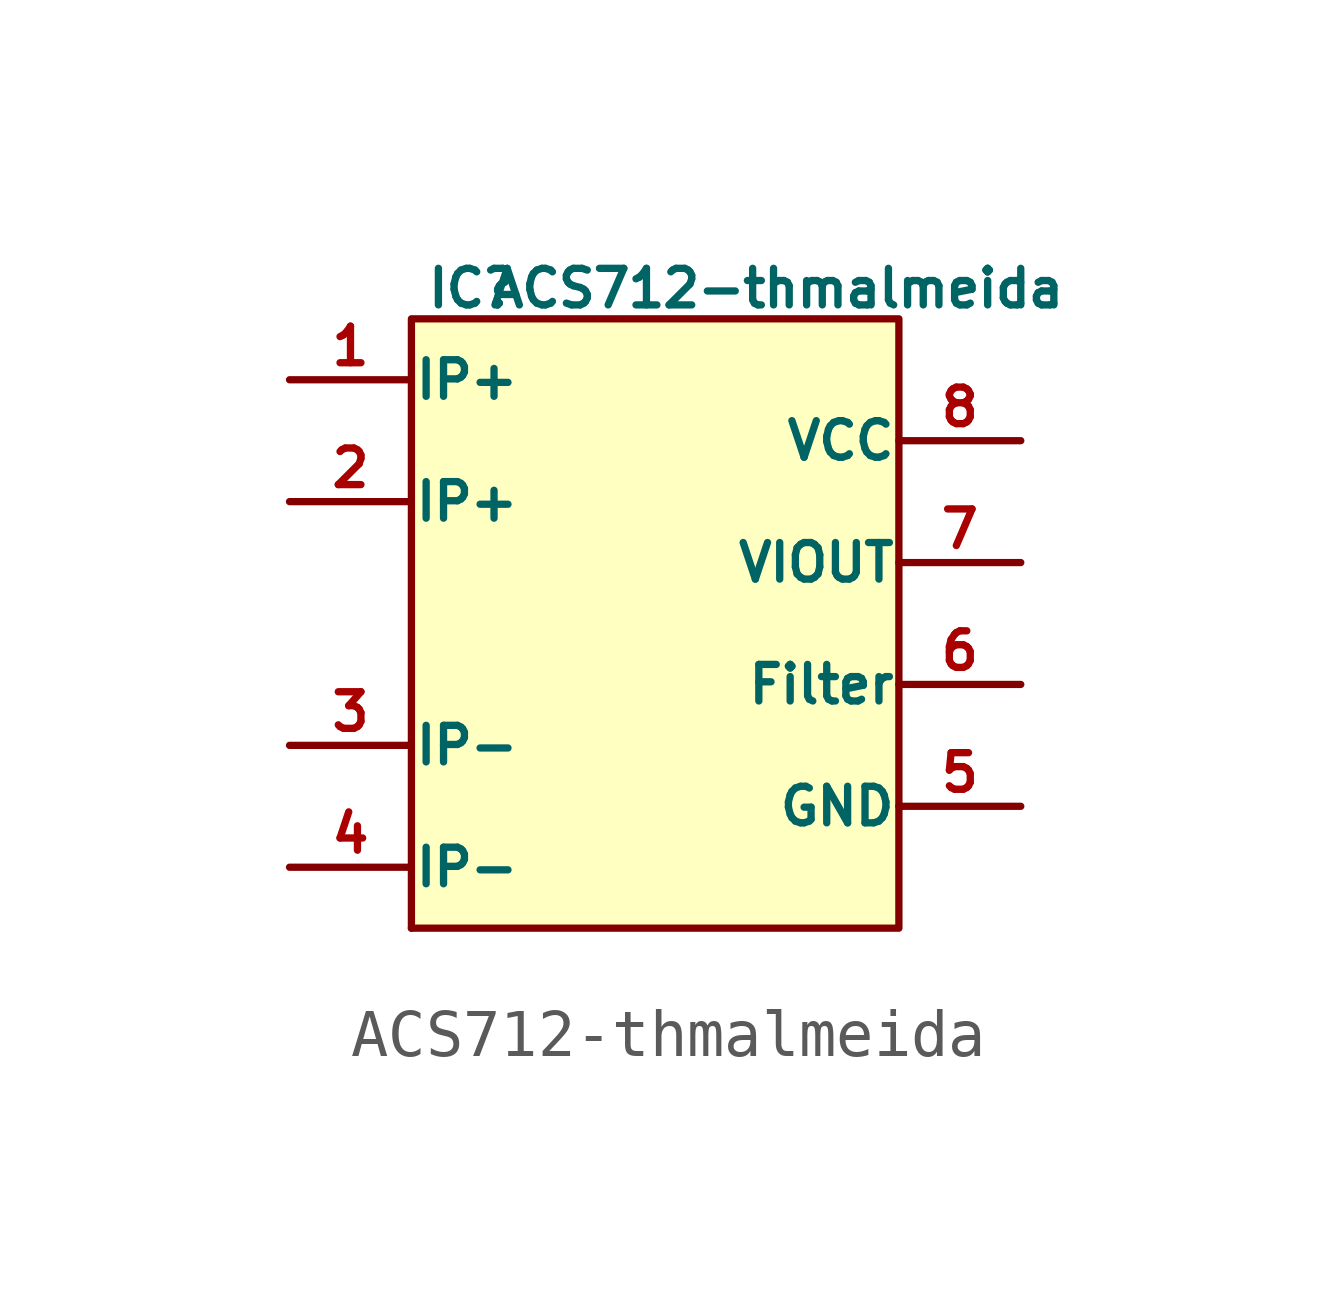
<source format=kicad_sym>
(kicad_symbol_lib
  (version 20211014)
  (generator kicad_symbol_editor)
  (symbol "ACS712-thmalmeida"
    (pin_names
      (offset 0.025))
    (property "Reference" "IC"
      (at -3.81 6.985 0)
      (effects (font (size 0.762 0.762))))
    (property "Value" "ACS712-thmalmeida"
      (at 2.54 6.985 0)
      (effects (font (size 0.762 0.762))))
    (property "Datasheet" ""
      (at -1.778 3.81 0)
      (effects (font (size 1.524 1.524))))
    (symbol "ACS712-thmalmeida_0_1"
      (rectangle (start -5.08 -6.35) (end -5.08 -6.35) (stroke (width 0) (type default) (color 0 0 0 0)) (fill (type none)))
      (rectangle (start 5.08 6.35) (end -5.08 -6.35) (stroke (width 0) (type default) (color 0 0 0 0)) (fill (type background))))
    (symbol "ACS712-thmalmeida_1_1"
      (pin input line (at -7.62 5.08 0) (length 2.54) (name "IP+" (effects (font (size 0.762 0.762)))) (number "1" (effects (font (size 0.762 0.762)))))
      (pin input line (at -7.62 2.54 0) (length 2.54) (name "IP+" (effects (font (size 0.762 0.762)))) (number "2" (effects (font (size 0.762 0.762)))))
      (pin input line (at -7.62 -2.54 0) (length 2.54) (name "IP-" (effects (font (size 0.762 0.762)))) (number "3" (effects (font (size 0.762 0.762)))))
      (pin input line (at -7.62 -5.08 0) (length 2.54) (name "IP-" (effects (font (size 0.762 0.762)))) (number "4" (effects (font (size 0.762 0.762)))))
      (pin power_in line (at 7.62 -3.81 180) (length 2.54) (name "GND" (effects (font (size 0.762 0.762)))) (number "5" (effects (font (size 0.762 0.762)))))
      (pin input line (at 7.62 -1.27 180) (length 2.54) (name "Filter" (effects (font (size 0.762 0.762)))) (number "6" (effects (font (size 0.762 0.762)))))
      (pin output line (at 7.62 1.27 180) (length 2.54) (name "VIOUT" (effects (font (size 0.762 0.762)))) (number "7" (effects (font (size 0.762 0.762)))))
      (pin power_in line (at 7.62 3.81 180) (length 2.54) (name "VCC" (effects (font (size 0.762 0.762)))) (number "8" (effects (font (size 0.762 0.762))))))))
</source>
